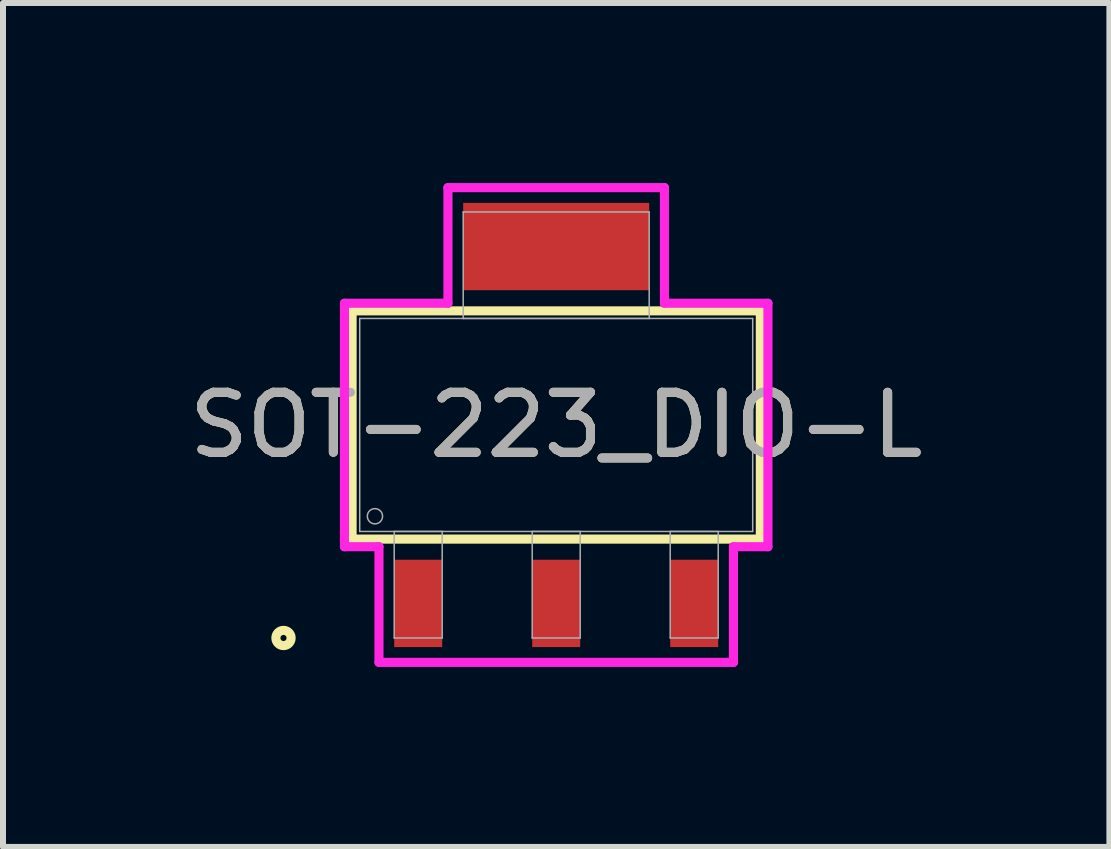
<source format=kicad_pcb>
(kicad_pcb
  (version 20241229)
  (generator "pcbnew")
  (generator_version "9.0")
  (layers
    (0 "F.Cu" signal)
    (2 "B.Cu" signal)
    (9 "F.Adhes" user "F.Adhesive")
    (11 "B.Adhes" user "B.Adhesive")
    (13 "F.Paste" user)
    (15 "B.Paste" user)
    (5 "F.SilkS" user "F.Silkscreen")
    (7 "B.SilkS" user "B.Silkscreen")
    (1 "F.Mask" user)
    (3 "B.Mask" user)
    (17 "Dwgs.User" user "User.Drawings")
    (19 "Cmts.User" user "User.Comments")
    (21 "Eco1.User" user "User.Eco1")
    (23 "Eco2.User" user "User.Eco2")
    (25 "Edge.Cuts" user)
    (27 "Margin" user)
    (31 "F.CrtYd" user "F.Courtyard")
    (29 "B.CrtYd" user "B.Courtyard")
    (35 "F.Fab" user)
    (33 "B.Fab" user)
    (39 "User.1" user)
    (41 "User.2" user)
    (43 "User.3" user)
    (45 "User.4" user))
  (footprint "SOT-223_DIO-L"
    (layer "F.Cu")
    (at 6.22 4.033)
    (property "Reference" "SOT-223_DIO-L" (at 0 0 0) (unlocked yes) (layer "F.SilkS") (effects (font (size 1 1) (thickness 0.15))))
    (attr smd)
    (fp_line (start -3.402 -1.902) (end -3.402 1.902) (stroke (width 0.152) (type solid)) (layer "F.SilkS"))
    (fp_line (start -3.402 1.902) (end 3.402 1.902) (stroke (width 0.152) (type solid)) (layer "F.SilkS"))
    (fp_line (start 3.402 -1.902) (end -3.402 -1.902) (stroke (width 0.152) (type solid)) (layer "F.SilkS"))
    (fp_line (start 3.402 1.902) (end 3.402 -1.902) (stroke (width 0.152) (type solid)) (layer "F.SilkS"))
    (fp_circle (center -4.545 3.55) (end -4.418 3.55) (stroke (width 0.152) (type solid)) (fill no) (layer "F.SilkS"))
    (fp_line (start -3.529 -2.029) (end -1.804 -2.029) (stroke (width 0.152) (type solid)) (layer "F.CrtYd"))
    (fp_line (start -3.529 2.029) (end -3.529 -2.029) (stroke (width 0.152) (type solid)) (layer "F.CrtYd"))
    (fp_line (start -2.954 2.029) (end -3.529 2.029) (stroke (width 0.152) (type solid)) (layer "F.CrtYd"))
    (fp_line (start -2.954 3.956) (end -2.954 2.029) (stroke (width 0.152) (type solid)) (layer "F.CrtYd"))
    (fp_line (start -1.804 -3.956) (end 1.804 -3.956) (stroke (width 0.152) (type solid)) (layer "F.CrtYd"))
    (fp_line (start -1.804 -2.029) (end -1.804 -3.956) (stroke (width 0.152) (type solid)) (layer "F.CrtYd"))
    (fp_line (start 1.804 -3.956) (end 1.804 -2.029) (stroke (width 0.152) (type solid)) (layer "F.CrtYd"))
    (fp_line (start 1.804 -2.029) (end 3.529 -2.029) (stroke (width 0.152) (type solid)) (layer "F.CrtYd"))
    (fp_line (start 2.954 2.029) (end 2.954 3.956) (stroke (width 0.152) (type solid)) (layer "F.CrtYd"))
    (fp_line (start 2.954 3.956) (end -2.954 3.956) (stroke (width 0.152) (type solid)) (layer "F.CrtYd"))
    (fp_line (start 3.529 -2.029) (end 3.529 2.029) (stroke (width 0.152) (type solid)) (layer "F.CrtYd"))
    (fp_line (start 3.529 2.029) (end 2.954 2.029) (stroke (width 0.152) (type solid)) (layer "F.CrtYd"))
    (fp_line (start -3.275 -1.775) (end -3.275 1.775) (stroke (width 0.025) (type solid)) (layer "F.Fab"))
    (fp_line (start -3.275 1.775) (end 3.275 1.775) (stroke (width 0.025) (type solid)) (layer "F.Fab"))
    (fp_line (start -2.7 1.775) (end -2.7 3.55) (stroke (width 0.025) (type solid)) (layer "F.Fab"))
    (fp_line (start -2.7 3.55) (end -1.9 3.55) (stroke (width 0.025) (type solid)) (layer "F.Fab"))
    (fp_line (start -1.9 1.775) (end -2.7 1.775) (stroke (width 0.025) (type solid)) (layer "F.Fab"))
    (fp_line (start -1.9 3.55) (end -1.9 1.775) (stroke (width 0.025) (type solid)) (layer "F.Fab"))
    (fp_line (start -1.55 -3.55) (end -1.55 -1.775) (stroke (width 0.025) (type solid)) (layer "F.Fab"))
    (fp_line (start -1.55 -1.775) (end 1.55 -1.775) (stroke (width 0.025) (type solid)) (layer "F.Fab"))
    (fp_line (start -0.4 1.775) (end -0.4 3.55) (stroke (width 0.025) (type solid)) (layer "F.Fab"))
    (fp_line (start -0.4 3.55) (end 0.4 3.55) (stroke (width 0.025) (type solid)) (layer "F.Fab"))
    (fp_line (start 0.4 1.775) (end -0.4 1.775) (stroke (width 0.025) (type solid)) (layer "F.Fab"))
    (fp_line (start 0.4 3.55) (end 0.4 1.775) (stroke (width 0.025) (type solid)) (layer "F.Fab"))
    (fp_line (start 1.55 -3.55) (end -1.55 -3.55) (stroke (width 0.025) (type solid)) (layer "F.Fab"))
    (fp_line (start 1.55 -1.775) (end 1.55 -3.55) (stroke (width 0.025) (type solid)) (layer "F.Fab"))
    (fp_line (start 1.9 1.775) (end 1.9 3.55) (stroke (width 0.025) (type solid)) (layer "F.Fab"))
    (fp_line (start 1.9 3.55) (end 2.7 3.55) (stroke (width 0.025) (type solid)) (layer "F.Fab"))
    (fp_line (start 2.7 1.775) (end 1.9 1.775) (stroke (width 0.025) (type solid)) (layer "F.Fab"))
    (fp_line (start 2.7 3.55) (end 2.7 1.775) (stroke (width 0.025) (type solid)) (layer "F.Fab"))
    (fp_line (start 3.275 -1.775) (end -3.275 -1.775) (stroke (width 0.025) (type solid)) (layer "F.Fab"))
    (fp_line (start 3.275 1.775) (end 3.275 -1.775) (stroke (width 0.025) (type solid)) (layer "F.Fab"))
    (fp_circle (center -3.021 1.521) (end -2.894 1.521) (stroke (width 0.025) (type solid)) (fill no) (layer "F.Fab"))
    (fp_text user "${REFERENCE}" (at 0 0 0) (unlocked yes) (layer "F.Fab") (effects (font (size 1 1) (thickness 0.15))))
    (pad "1" smd rect (at -2.3 2.974) (size 0.8 1.456) (layers "F.Cu" "F.Mask" "F.Paste"))
    (pad "2" smd rect (at 0 2.974) (size 0.8 1.456) (layers "F.Cu" "F.Mask" "F.Paste"))
    (pad "3" smd rect (at 2.3 2.974) (size 0.8 1.456) (layers "F.Cu" "F.Mask" "F.Paste"))
    (pad "4" smd rect (at 0 -2.974) (size 3.1 1.456) (layers "F.Cu" "F.Mask" "F.Paste")))
  (gr_rect
    (start -3 -3)
    (end 15.44 11.065)
    (stroke (width 0.1) (type default))
    (fill no)
    (layer "Edge.Cuts")))
</source>
